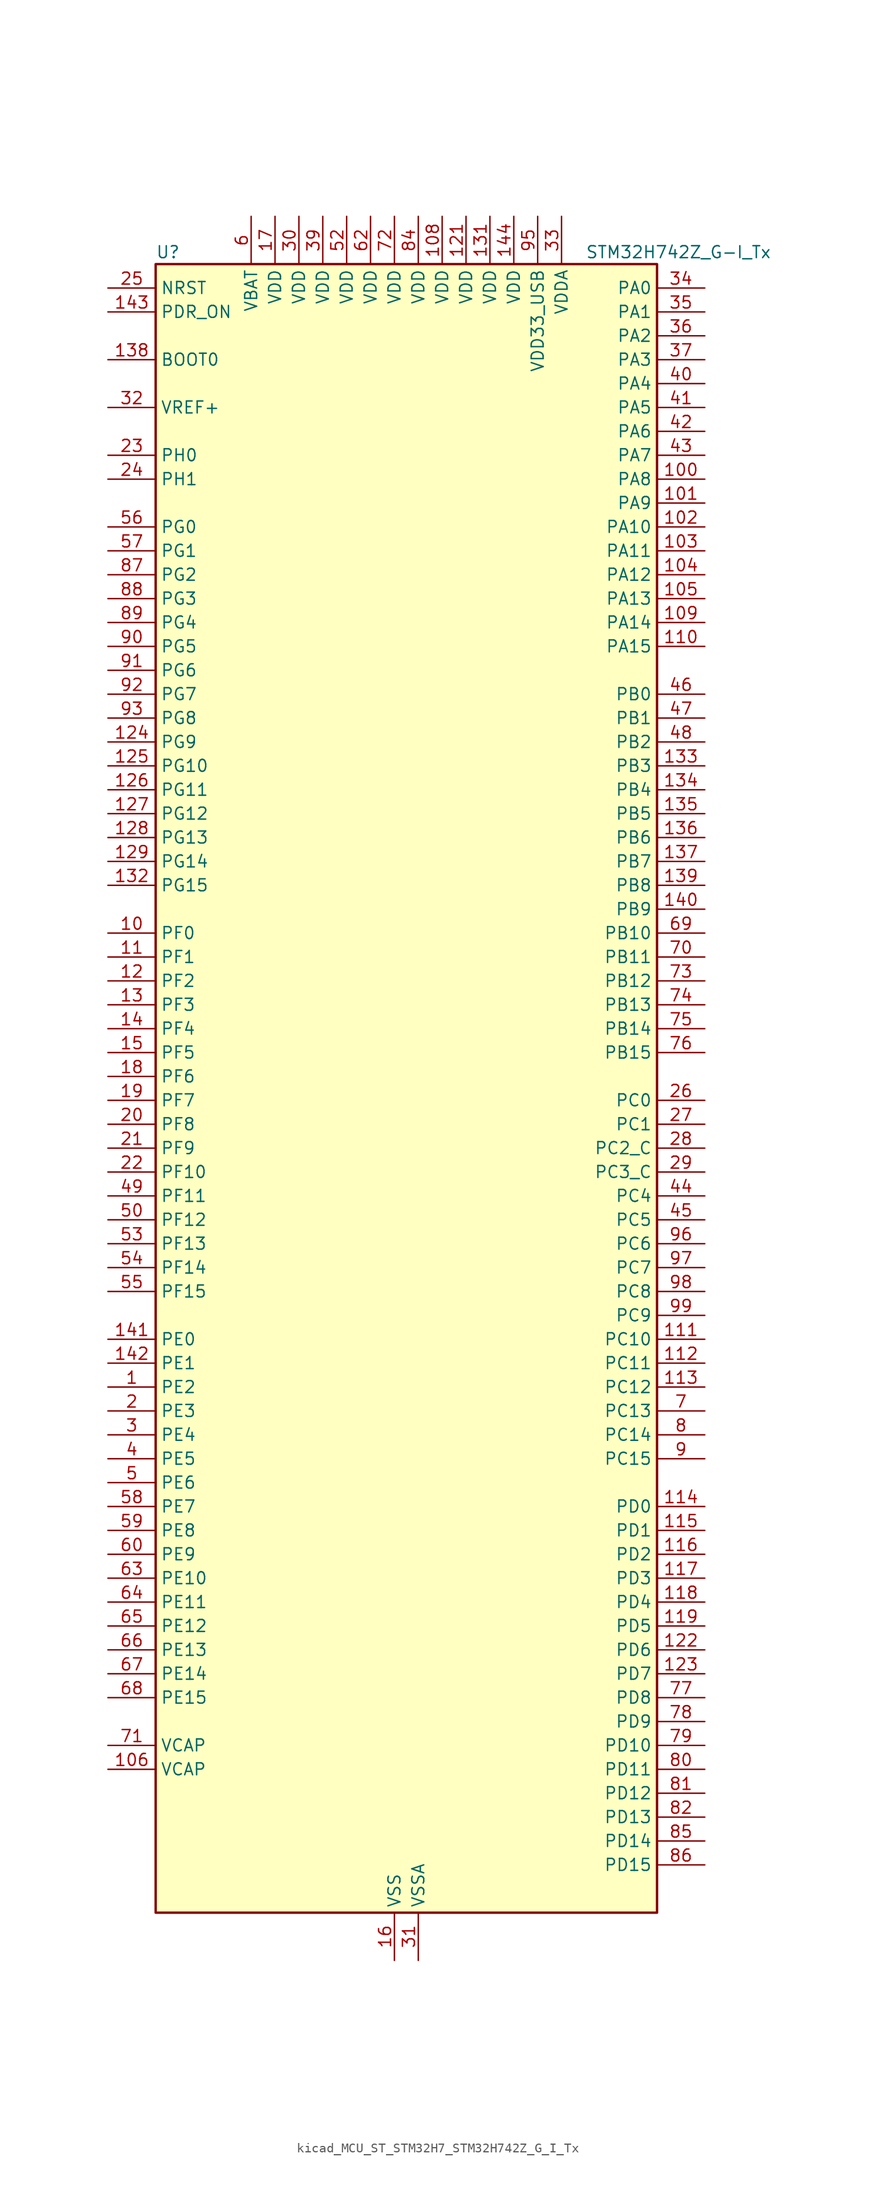
<source format=kicad_sym>
(kicad_symbol_lib
  (version 20220914)
  (generator kicad_symbol_editor)
  (symbol "kicad_MCU_ST_STM32H7_STM32H742Z_G_I_Tx"
    (property "Reference" "U"
      (at -25.4 90.17 0)
      (effects (font (size 1.27 1.27)) (justify left)))
    (property "Value" "STM32H742Z_G-I_Tx"
      (at 20.32 90.17 0)
      (effects (font (size 1.27 1.27)) (justify left)))
    (property "ki_locked" ""
      (at 0 0 0)
      (effects (font (size 1.27 1.27))))
    (symbol "kicad_MCU_ST_STM32H7_STM32H742Z_G_I_Tx_0_1"
      (rectangle (start -25.4 -86.36) (end 27.94 88.9) (stroke (width 0.254) (type default)) (fill (type background))))
    (symbol "kicad_MCU_ST_STM32H7_STM32H742Z_G_I_Tx_1_1"
      (pin bidirectional line (at -30.48 -30.48 0) (length 5.08) (name "PE2" (effects (font (size 1.27 1.27)))) (number "1" (effects (font (size 1.27 1.27)))) (alternate "DEBUG_TRACECLK" bidirectional line) (alternate "ETH_TXD3" bidirectional line) (alternate "FMC_A23" bidirectional line) (alternate "QUADSPI_BK1_IO2" bidirectional line) (alternate "SAI1_CK1" bidirectional line) (alternate "SAI1_MCLK_A" bidirectional line) (alternate "SAI4_CK1" bidirectional line) (alternate "SAI4_MCLK_A" bidirectional line) (alternate "SPI4_SCK" bidirectional line))
      (pin bidirectional line (at -30.48 17.78 0) (length 5.08) (name "PF0" (effects (font (size 1.27 1.27)))) (number "10" (effects (font (size 1.27 1.27)))) (alternate "FMC_A0" bidirectional line) (alternate "I2C2_SDA" bidirectional line))
      (pin bidirectional line (at 33.02 66.04 180) (length 5.08) (name "PA8" (effects (font (size 1.27 1.27)))) (number "100" (effects (font (size 1.27 1.27)))) (alternate "HRTIM_CHB2" bidirectional line) (alternate "I2C3_SCL" bidirectional line) (alternate "RCC_MCO_1" bidirectional line) (alternate "TIM1_CH1" bidirectional line) (alternate "TIM8_BKIN2" bidirectional line) (alternate "TIM8_BKIN2_COMP1" bidirectional line) (alternate "TIM8_BKIN2_COMP2" bidirectional line) (alternate "UART7_RX" bidirectional line) (alternate "USART1_CK" bidirectional line) (alternate "USB_OTG_FS_SOF" bidirectional line))
      (pin bidirectional line (at 33.02 63.5 180) (length 5.08) (name "PA9" (effects (font (size 1.27 1.27)))) (number "101" (effects (font (size 1.27 1.27)))) (alternate "DAC1_EXTI9" bidirectional line) (alternate "DCMI_D0" bidirectional line) (alternate "HRTIM_CHC1" bidirectional line) (alternate "I2C3_SMBA" bidirectional line) (alternate "I2S2_CK" bidirectional line) (alternate "LPUART1_TX" bidirectional line) (alternate "SPI2_SCK" bidirectional line) (alternate "TIM1_CH2" bidirectional line) (alternate "USART1_TX" bidirectional line) (alternate "USB_OTG_FS_VBUS" bidirectional line))
      (pin bidirectional line (at 33.02 60.96 180) (length 5.08) (name "PA10" (effects (font (size 1.27 1.27)))) (number "102" (effects (font (size 1.27 1.27)))) (alternate "DCMI_D1" bidirectional line) (alternate "HRTIM_CHC2" bidirectional line) (alternate "LPUART1_RX" bidirectional line) (alternate "MDIOS_MDIO" bidirectional line) (alternate "TIM1_CH3" bidirectional line) (alternate "USART1_RX" bidirectional line) (alternate "USB_OTG_FS_ID" bidirectional line))
      (pin bidirectional line (at 33.02 58.42 180) (length 5.08) (name "PA11" (effects (font (size 1.27 1.27)))) (number "103" (effects (font (size 1.27 1.27)))) (alternate "ADC1_EXTI11" bidirectional line) (alternate "ADC2_EXTI11" bidirectional line) (alternate "ADC3_EXTI11" bidirectional line) (alternate "FDCAN1_RX" bidirectional line) (alternate "HRTIM_CHD1" bidirectional line) (alternate "I2S2_WS" bidirectional line) (alternate "LPUART1_CTS" bidirectional line) (alternate "SPI2_NSS" bidirectional line) (alternate "TIM1_CH4" bidirectional line) (alternate "UART4_RX" bidirectional line) (alternate "USART1_CTS" bidirectional line) (alternate "USART1_NSS" bidirectional line) (alternate "USB_OTG_FS_DM" bidirectional line))
      (pin bidirectional line (at 33.02 55.88 180) (length 5.08) (name "PA12" (effects (font (size 1.27 1.27)))) (number "104" (effects (font (size 1.27 1.27)))) (alternate "FDCAN1_TX" bidirectional line) (alternate "HRTIM_CHD2" bidirectional line) (alternate "I2S2_CK" bidirectional line) (alternate "LPUART1_DE" bidirectional line) (alternate "LPUART1_RTS" bidirectional line) (alternate "SAI2_FS_B" bidirectional line) (alternate "SPI2_SCK" bidirectional line) (alternate "TIM1_ETR" bidirectional line) (alternate "UART4_TX" bidirectional line) (alternate "USART1_DE" bidirectional line) (alternate "USART1_RTS" bidirectional line) (alternate "USB_OTG_FS_DP" bidirectional line))
      (pin bidirectional line (at 33.02 53.34 180) (length 5.08) (name "PA13" (effects (font (size 1.27 1.27)))) (number "105" (effects (font (size 1.27 1.27)))) (alternate "DEBUG_JTMS-SWDIO" bidirectional line))
      (pin power_out line (at -30.48 -71.12 0) (length 5.08) (name "VCAP" (effects (font (size 1.27 1.27)))) (number "106" (effects (font (size 1.27 1.27)))))
      (pin passive line (at 0 -91.44 90) (length 5.08) hide (name "VSS" (effects (font (size 1.27 1.27)))) (number "107" (effects (font (size 1.27 1.27)))))
      (pin power_in line (at 5.08 93.98 270) (length 5.08) (name "VDD" (effects (font (size 1.27 1.27)))) (number "108" (effects (font (size 1.27 1.27)))))
      (pin bidirectional line (at 33.02 50.8 180) (length 5.08) (name "PA14" (effects (font (size 1.27 1.27)))) (number "109" (effects (font (size 1.27 1.27)))) (alternate "DEBUG_JTCK-SWCLK" bidirectional line))
      (pin bidirectional line (at -30.48 15.24 0) (length 5.08) (name "PF1" (effects (font (size 1.27 1.27)))) (number "11" (effects (font (size 1.27 1.27)))) (alternate "FMC_A1" bidirectional line) (alternate "I2C2_SCL" bidirectional line))
      (pin bidirectional line (at 33.02 48.26 180) (length 5.08) (name "PA15" (effects (font (size 1.27 1.27)))) (number "110" (effects (font (size 1.27 1.27)))) (alternate "ADC1_EXTI15" bidirectional line) (alternate "ADC2_EXTI15" bidirectional line) (alternate "ADC3_EXTI15" bidirectional line) (alternate "CEC" bidirectional line) (alternate "DEBUG_JTDI" bidirectional line) (alternate "HRTIM_FLT1" bidirectional line) (alternate "I2S1_WS" bidirectional line) (alternate "I2S3_WS" bidirectional line) (alternate "SPI1_NSS" bidirectional line) (alternate "SPI3_NSS" bidirectional line) (alternate "SPI6_NSS" bidirectional line) (alternate "TIM2_CH1" bidirectional line) (alternate "TIM2_ETR" bidirectional line) (alternate "UART4_DE" bidirectional line) (alternate "UART4_RTS" bidirectional line) (alternate "UART7_TX" bidirectional line))
      (pin bidirectional line (at 33.02 -25.4 180) (length 5.08) (name "PC10" (effects (font (size 1.27 1.27)))) (number "111" (effects (font (size 1.27 1.27)))) (alternate "DCMI_D8" bidirectional line) (alternate "DFSDM1_CKIN5" bidirectional line) (alternate "HRTIM_EEV1" bidirectional line) (alternate "I2S3_CK" bidirectional line) (alternate "QUADSPI_BK1_IO1" bidirectional line) (alternate "SDMMC1_D2" bidirectional line) (alternate "SPI3_SCK" bidirectional line) (alternate "UART4_TX" bidirectional line) (alternate "USART3_TX" bidirectional line))
      (pin bidirectional line (at 33.02 -27.94 180) (length 5.08) (name "PC11" (effects (font (size 1.27 1.27)))) (number "112" (effects (font (size 1.27 1.27)))) (alternate "ADC1_EXTI11" bidirectional line) (alternate "ADC2_EXTI11" bidirectional line) (alternate "ADC3_EXTI11" bidirectional line) (alternate "DCMI_D4" bidirectional line) (alternate "DFSDM1_DATIN5" bidirectional line) (alternate "HRTIM_FLT2" bidirectional line) (alternate "I2S3_SDI" bidirectional line) (alternate "QUADSPI_BK2_NCS" bidirectional line) (alternate "SDMMC1_D3" bidirectional line) (alternate "SPI3_MISO" bidirectional line) (alternate "UART4_RX" bidirectional line) (alternate "USART3_RX" bidirectional line))
      (pin bidirectional line (at 33.02 -30.48 180) (length 5.08) (name "PC12" (effects (font (size 1.27 1.27)))) (number "113" (effects (font (size 1.27 1.27)))) (alternate "DCMI_D9" bidirectional line) (alternate "DEBUG_TRACED3" bidirectional line) (alternate "HRTIM_EEV2" bidirectional line) (alternate "I2S3_SDO" bidirectional line) (alternate "SDMMC1_CK" bidirectional line) (alternate "SPI3_MOSI" bidirectional line) (alternate "UART5_TX" bidirectional line) (alternate "USART3_CK" bidirectional line))
      (pin bidirectional line (at 33.02 -43.18 180) (length 5.08) (name "PD0" (effects (font (size 1.27 1.27)))) (number "114" (effects (font (size 1.27 1.27)))) (alternate "DFSDM1_CKIN6" bidirectional line) (alternate "FDCAN1_RX" bidirectional line) (alternate "FMC_D2" bidirectional line) (alternate "FMC_DA2" bidirectional line) (alternate "SAI3_SCK_A" bidirectional line) (alternate "UART4_RX" bidirectional line))
      (pin bidirectional line (at 33.02 -45.72 180) (length 5.08) (name "PD1" (effects (font (size 1.27 1.27)))) (number "115" (effects (font (size 1.27 1.27)))) (alternate "DFSDM1_DATIN6" bidirectional line) (alternate "FDCAN1_TX" bidirectional line) (alternate "FMC_D3" bidirectional line) (alternate "FMC_DA3" bidirectional line) (alternate "SAI3_SD_A" bidirectional line) (alternate "UART4_TX" bidirectional line))
      (pin bidirectional line (at 33.02 -48.26 180) (length 5.08) (name "PD2" (effects (font (size 1.27 1.27)))) (number "116" (effects (font (size 1.27 1.27)))) (alternate "DCMI_D11" bidirectional line) (alternate "DEBUG_TRACED2" bidirectional line) (alternate "SDMMC1_CMD" bidirectional line) (alternate "TIM3_ETR" bidirectional line) (alternate "UART5_RX" bidirectional line))
      (pin bidirectional line (at 33.02 -50.8 180) (length 5.08) (name "PD3" (effects (font (size 1.27 1.27)))) (number "117" (effects (font (size 1.27 1.27)))) (alternate "DCMI_D5" bidirectional line) (alternate "DFSDM1_CKOUT" bidirectional line) (alternate "FMC_CLK" bidirectional line) (alternate "I2S2_CK" bidirectional line) (alternate "SPI2_SCK" bidirectional line) (alternate "USART2_CTS" bidirectional line) (alternate "USART2_NSS" bidirectional line))
      (pin bidirectional line (at 33.02 -53.34 180) (length 5.08) (name "PD4" (effects (font (size 1.27 1.27)))) (number "118" (effects (font (size 1.27 1.27)))) (alternate "FMC_NOE" bidirectional line) (alternate "HRTIM_FLT3" bidirectional line) (alternate "SAI3_FS_A" bidirectional line) (alternate "USART2_DE" bidirectional line) (alternate "USART2_RTS" bidirectional line))
      (pin bidirectional line (at 33.02 -55.88 180) (length 5.08) (name "PD5" (effects (font (size 1.27 1.27)))) (number "119" (effects (font (size 1.27 1.27)))) (alternate "FMC_NWE" bidirectional line) (alternate "HRTIM_EEV3" bidirectional line) (alternate "USART2_TX" bidirectional line))
      (pin bidirectional line (at -30.48 12.7 0) (length 5.08) (name "PF2" (effects (font (size 1.27 1.27)))) (number "12" (effects (font (size 1.27 1.27)))) (alternate "FMC_A2" bidirectional line) (alternate "I2C2_SMBA" bidirectional line))
      (pin passive line (at 0 -91.44 90) (length 5.08) hide (name "VSS" (effects (font (size 1.27 1.27)))) (number "120" (effects (font (size 1.27 1.27)))))
      (pin power_in line (at 7.62 93.98 270) (length 5.08) (name "VDD" (effects (font (size 1.27 1.27)))) (number "121" (effects (font (size 1.27 1.27)))))
      (pin bidirectional line (at 33.02 -58.42 180) (length 5.08) (name "PD6" (effects (font (size 1.27 1.27)))) (number "122" (effects (font (size 1.27 1.27)))) (alternate "DCMI_D10" bidirectional line) (alternate "DFSDM1_CKIN4" bidirectional line) (alternate "DFSDM1_DATIN1" bidirectional line) (alternate "FMC_NWAIT" bidirectional line) (alternate "I2S3_SDO" bidirectional line) (alternate "SAI1_D1" bidirectional line) (alternate "SAI1_SD_A" bidirectional line) (alternate "SAI4_D1" bidirectional line) (alternate "SAI4_SD_A" bidirectional line) (alternate "SDMMC2_CK" bidirectional line) (alternate "SPI3_MOSI" bidirectional line) (alternate "USART2_RX" bidirectional line))
      (pin bidirectional line (at 33.02 -60.96 180) (length 5.08) (name "PD7" (effects (font (size 1.27 1.27)))) (number "123" (effects (font (size 1.27 1.27)))) (alternate "DFSDM1_CKIN1" bidirectional line) (alternate "DFSDM1_DATIN4" bidirectional line) (alternate "FMC_NE1" bidirectional line) (alternate "I2S1_SDO" bidirectional line) (alternate "SDMMC2_CMD" bidirectional line) (alternate "SPDIFRX1_IN0" bidirectional line) (alternate "SPI1_MOSI" bidirectional line) (alternate "USART2_CK" bidirectional line))
      (pin bidirectional line (at -30.48 38.1 0) (length 5.08) (name "PG9" (effects (font (size 1.27 1.27)))) (number "124" (effects (font (size 1.27 1.27)))) (alternate "DAC1_EXTI9" bidirectional line) (alternate "DCMI_VSYNC" bidirectional line) (alternate "FMC_NCE" bidirectional line) (alternate "FMC_NE2" bidirectional line) (alternate "I2S1_SDI" bidirectional line) (alternate "QUADSPI_BK2_IO2" bidirectional line) (alternate "SAI2_FS_B" bidirectional line) (alternate "SPDIFRX1_IN3" bidirectional line) (alternate "SPI1_MISO" bidirectional line) (alternate "USART6_RX" bidirectional line))
      (pin bidirectional line (at -30.48 35.56 0) (length 5.08) (name "PG10" (effects (font (size 1.27 1.27)))) (number "125" (effects (font (size 1.27 1.27)))) (alternate "DCMI_D2" bidirectional line) (alternate "FMC_NE3" bidirectional line) (alternate "HRTIM_FLT5" bidirectional line) (alternate "I2S1_WS" bidirectional line) (alternate "SAI2_SD_B" bidirectional line) (alternate "SPI1_NSS" bidirectional line))
      (pin bidirectional line (at -30.48 33.02 0) (length 5.08) (name "PG11" (effects (font (size 1.27 1.27)))) (number "126" (effects (font (size 1.27 1.27)))) (alternate "ADC1_EXTI11" bidirectional line) (alternate "ADC2_EXTI11" bidirectional line) (alternate "ADC3_EXTI11" bidirectional line) (alternate "DCMI_D3" bidirectional line) (alternate "ETH_TX_EN" bidirectional line) (alternate "HRTIM_EEV4" bidirectional line) (alternate "I2S1_CK" bidirectional line) (alternate "LPTIM1_IN2" bidirectional line) (alternate "SDMMC2_D2" bidirectional line) (alternate "SPDIFRX1_IN0" bidirectional line) (alternate "SPI1_SCK" bidirectional line))
      (pin bidirectional line (at -30.48 30.48 0) (length 5.08) (name "PG12" (effects (font (size 1.27 1.27)))) (number "127" (effects (font (size 1.27 1.27)))) (alternate "ETH_TXD1" bidirectional line) (alternate "FMC_NE4" bidirectional line) (alternate "HRTIM_EEV5" bidirectional line) (alternate "LPTIM1_IN1" bidirectional line) (alternate "SPDIFRX1_IN1" bidirectional line) (alternate "SPI6_MISO" bidirectional line) (alternate "USART6_DE" bidirectional line) (alternate "USART6_RTS" bidirectional line))
      (pin bidirectional line (at -30.48 27.94 0) (length 5.08) (name "PG13" (effects (font (size 1.27 1.27)))) (number "128" (effects (font (size 1.27 1.27)))) (alternate "DEBUG_TRACED0" bidirectional line) (alternate "ETH_TXD0" bidirectional line) (alternate "FMC_A24" bidirectional line) (alternate "HRTIM_EEV10" bidirectional line) (alternate "LPTIM1_OUT" bidirectional line) (alternate "SPI6_SCK" bidirectional line) (alternate "USART6_CTS" bidirectional line) (alternate "USART6_NSS" bidirectional line))
      (pin bidirectional line (at -30.48 25.4 0) (length 5.08) (name "PG14" (effects (font (size 1.27 1.27)))) (number "129" (effects (font (size 1.27 1.27)))) (alternate "DEBUG_TRACED1" bidirectional line) (alternate "ETH_TXD1" bidirectional line) (alternate "FMC_A25" bidirectional line) (alternate "LPTIM1_ETR" bidirectional line) (alternate "QUADSPI_BK2_IO3" bidirectional line) (alternate "SPI6_MOSI" bidirectional line) (alternate "USART6_TX" bidirectional line))
      (pin bidirectional line (at -30.48 10.16 0) (length 5.08) (name "PF3" (effects (font (size 1.27 1.27)))) (number "13" (effects (font (size 1.27 1.27)))) (alternate "ADC3_INP5" bidirectional line) (alternate "FMC_A3" bidirectional line))
      (pin passive line (at 0 -91.44 90) (length 5.08) hide (name "VSS" (effects (font (size 1.27 1.27)))) (number "130" (effects (font (size 1.27 1.27)))))
      (pin power_in line (at 10.16 93.98 270) (length 5.08) (name "VDD" (effects (font (size 1.27 1.27)))) (number "131" (effects (font (size 1.27 1.27)))))
      (pin bidirectional line (at -30.48 22.86 0) (length 5.08) (name "PG15" (effects (font (size 1.27 1.27)))) (number "132" (effects (font (size 1.27 1.27)))) (alternate "ADC1_EXTI15" bidirectional line) (alternate "ADC2_EXTI15" bidirectional line) (alternate "ADC3_EXTI15" bidirectional line) (alternate "DCMI_D13" bidirectional line) (alternate "FMC_SDNCAS" bidirectional line) (alternate "USART6_CTS" bidirectional line) (alternate "USART6_NSS" bidirectional line))
      (pin bidirectional line (at 33.02 35.56 180) (length 5.08) (name "PB3" (effects (font (size 1.27 1.27)))) (number "133" (effects (font (size 1.27 1.27)))) (alternate "CRS_SYNC" bidirectional line) (alternate "DEBUG_JTDO-SWO" bidirectional line) (alternate "HRTIM_FLT4" bidirectional line) (alternate "I2S1_CK" bidirectional line) (alternate "I2S3_CK" bidirectional line) (alternate "SDMMC2_D2" bidirectional line) (alternate "SPI1_SCK" bidirectional line) (alternate "SPI3_SCK" bidirectional line) (alternate "SPI6_SCK" bidirectional line) (alternate "TIM2_CH2" bidirectional line) (alternate "UART7_RX" bidirectional line))
      (pin bidirectional line (at 33.02 33.02 180) (length 5.08) (name "PB4" (effects (font (size 1.27 1.27)))) (number "134" (effects (font (size 1.27 1.27)))) (alternate "DEBUG_JTRST" bidirectional line) (alternate "HRTIM_EEV6" bidirectional line) (alternate "I2S1_SDI" bidirectional line) (alternate "I2S2_WS" bidirectional line) (alternate "I2S3_SDI" bidirectional line) (alternate "SDMMC2_D3" bidirectional line) (alternate "SPI1_MISO" bidirectional line) (alternate "SPI2_NSS" bidirectional line) (alternate "SPI3_MISO" bidirectional line) (alternate "SPI6_MISO" bidirectional line) (alternate "TIM16_BKIN" bidirectional line) (alternate "TIM3_CH1" bidirectional line) (alternate "UART7_TX" bidirectional line))
      (pin bidirectional line (at 33.02 30.48 180) (length 5.08) (name "PB5" (effects (font (size 1.27 1.27)))) (number "135" (effects (font (size 1.27 1.27)))) (alternate "DCMI_D10" bidirectional line) (alternate "ETH_PPS_OUT" bidirectional line) (alternate "FDCAN2_RX" bidirectional line) (alternate "FMC_SDCKE1" bidirectional line) (alternate "HRTIM_EEV7" bidirectional line) (alternate "I2C1_SMBA" bidirectional line) (alternate "I2C4_SMBA" bidirectional line) (alternate "I2S1_SDO" bidirectional line) (alternate "I2S3_SDO" bidirectional line) (alternate "SPI1_MOSI" bidirectional line) (alternate "SPI3_MOSI" bidirectional line) (alternate "SPI6_MOSI" bidirectional line) (alternate "TIM17_BKIN" bidirectional line) (alternate "TIM3_CH2" bidirectional line) (alternate "UART5_RX" bidirectional line) (alternate "USB_OTG_HS_ULPI_D7" bidirectional line))
      (pin bidirectional line (at 33.02 27.94 180) (length 5.08) (name "PB6" (effects (font (size 1.27 1.27)))) (number "136" (effects (font (size 1.27 1.27)))) (alternate "CEC" bidirectional line) (alternate "DCMI_D5" bidirectional line) (alternate "DFSDM1_DATIN5" bidirectional line) (alternate "FDCAN2_TX" bidirectional line) (alternate "FMC_SDNE1" bidirectional line) (alternate "HRTIM_EEV8" bidirectional line) (alternate "I2C1_SCL" bidirectional line) (alternate "I2C4_SCL" bidirectional line) (alternate "LPUART1_TX" bidirectional line) (alternate "QUADSPI_BK1_NCS" bidirectional line) (alternate "TIM16_CH1N" bidirectional line) (alternate "TIM4_CH1" bidirectional line) (alternate "UART5_TX" bidirectional line) (alternate "USART1_TX" bidirectional line))
      (pin bidirectional line (at 33.02 25.4 180) (length 5.08) (name "PB7" (effects (font (size 1.27 1.27)))) (number "137" (effects (font (size 1.27 1.27)))) (alternate "DCMI_VSYNC" bidirectional line) (alternate "DFSDM1_CKIN5" bidirectional line) (alternate "FMC_NL" bidirectional line) (alternate "HRTIM_EEV9" bidirectional line) (alternate "I2C1_SDA" bidirectional line) (alternate "I2C4_SDA" bidirectional line) (alternate "LPUART1_RX" bidirectional line) (alternate "PWR_PVD_IN" bidirectional line) (alternate "TIM17_CH1N" bidirectional line) (alternate "TIM4_CH2" bidirectional line) (alternate "USART1_RX" bidirectional line))
      (pin input line (at -30.48 78.74 0) (length 5.08) (name "BOOT0" (effects (font (size 1.27 1.27)))) (number "138" (effects (font (size 1.27 1.27)))))
      (pin bidirectional line (at 33.02 22.86 180) (length 5.08) (name "PB8" (effects (font (size 1.27 1.27)))) (number "139" (effects (font (size 1.27 1.27)))) (alternate "DCMI_D6" bidirectional line) (alternate "DFSDM1_CKIN7" bidirectional line) (alternate "ETH_TXD3" bidirectional line) (alternate "FDCAN1_RX" bidirectional line) (alternate "I2C1_SCL" bidirectional line) (alternate "I2C4_SCL" bidirectional line) (alternate "SDMMC1_CKIN" bidirectional line) (alternate "SDMMC1_D4" bidirectional line) (alternate "SDMMC2_D4" bidirectional line) (alternate "TIM16_CH1" bidirectional line) (alternate "TIM4_CH3" bidirectional line) (alternate "UART4_RX" bidirectional line))
      (pin bidirectional line (at -30.48 7.62 0) (length 5.08) (name "PF4" (effects (font (size 1.27 1.27)))) (number "14" (effects (font (size 1.27 1.27)))) (alternate "ADC3_INN5" bidirectional line) (alternate "ADC3_INP9" bidirectional line) (alternate "FMC_A4" bidirectional line))
      (pin bidirectional line (at 33.02 20.32 180) (length 5.08) (name "PB9" (effects (font (size 1.27 1.27)))) (number "140" (effects (font (size 1.27 1.27)))) (alternate "DAC1_EXTI9" bidirectional line) (alternate "DCMI_D7" bidirectional line) (alternate "DFSDM1_DATIN7" bidirectional line) (alternate "FDCAN1_TX" bidirectional line) (alternate "I2C1_SDA" bidirectional line) (alternate "I2C4_SDA" bidirectional line) (alternate "I2C4_SMBA" bidirectional line) (alternate "I2S2_WS" bidirectional line) (alternate "SDMMC1_CDIR" bidirectional line) (alternate "SDMMC1_D5" bidirectional line) (alternate "SDMMC2_D5" bidirectional line) (alternate "SPI2_NSS" bidirectional line) (alternate "TIM17_CH1" bidirectional line) (alternate "TIM4_CH4" bidirectional line) (alternate "UART4_TX" bidirectional line))
      (pin bidirectional line (at -30.48 -25.4 0) (length 5.08) (name "PE0" (effects (font (size 1.27 1.27)))) (number "141" (effects (font (size 1.27 1.27)))) (alternate "DCMI_D2" bidirectional line) (alternate "FMC_NBL0" bidirectional line) (alternate "HRTIM_SCIN" bidirectional line) (alternate "LPTIM1_ETR" bidirectional line) (alternate "LPTIM2_ETR" bidirectional line) (alternate "SAI2_MCLK_A" bidirectional line) (alternate "TIM4_ETR" bidirectional line) (alternate "UART8_RX" bidirectional line))
      (pin bidirectional line (at -30.48 -27.94 0) (length 5.08) (name "PE1" (effects (font (size 1.27 1.27)))) (number "142" (effects (font (size 1.27 1.27)))) (alternate "DCMI_D3" bidirectional line) (alternate "FMC_NBL1" bidirectional line) (alternate "HRTIM_SCOUT" bidirectional line) (alternate "LPTIM1_IN2" bidirectional line) (alternate "UART8_TX" bidirectional line))
      (pin input line (at -30.48 83.82 0) (length 5.08) (name "PDR_ON" (effects (font (size 1.27 1.27)))) (number "143" (effects (font (size 1.27 1.27)))))
      (pin power_in line (at 12.7 93.98 270) (length 5.08) (name "VDD" (effects (font (size 1.27 1.27)))) (number "144" (effects (font (size 1.27 1.27)))))
      (pin bidirectional line (at -30.48 5.08 0) (length 5.08) (name "PF5" (effects (font (size 1.27 1.27)))) (number "15" (effects (font (size 1.27 1.27)))) (alternate "ADC3_INP4" bidirectional line) (alternate "FMC_A5" bidirectional line))
      (pin power_in line (at 0 -91.44 90) (length 5.08) (name "VSS" (effects (font (size 1.27 1.27)))) (number "16" (effects (font (size 1.27 1.27)))))
      (pin power_in line (at -12.7 93.98 270) (length 5.08) (name "VDD" (effects (font (size 1.27 1.27)))) (number "17" (effects (font (size 1.27 1.27)))))
      (pin bidirectional line (at -30.48 2.54 0) (length 5.08) (name "PF6" (effects (font (size 1.27 1.27)))) (number "18" (effects (font (size 1.27 1.27)))) (alternate "ADC3_INN4" bidirectional line) (alternate "ADC3_INP8" bidirectional line) (alternate "QUADSPI_BK1_IO3" bidirectional line) (alternate "SAI1_SD_B" bidirectional line) (alternate "SAI4_SD_B" bidirectional line) (alternate "SPI5_NSS" bidirectional line) (alternate "TIM16_CH1" bidirectional line) (alternate "UART7_RX" bidirectional line))
      (pin bidirectional line (at -30.48 0 0) (length 5.08) (name "PF7" (effects (font (size 1.27 1.27)))) (number "19" (effects (font (size 1.27 1.27)))) (alternate "ADC3_INP3" bidirectional line) (alternate "QUADSPI_BK1_IO2" bidirectional line) (alternate "SAI1_MCLK_B" bidirectional line) (alternate "SAI4_MCLK_B" bidirectional line) (alternate "SPI5_SCK" bidirectional line) (alternate "TIM17_CH1" bidirectional line) (alternate "UART7_TX" bidirectional line))
      (pin bidirectional line (at -30.48 -33.02 0) (length 5.08) (name "PE3" (effects (font (size 1.27 1.27)))) (number "2" (effects (font (size 1.27 1.27)))) (alternate "DEBUG_TRACED0" bidirectional line) (alternate "FMC_A19" bidirectional line) (alternate "SAI1_SD_B" bidirectional line) (alternate "SAI4_SD_B" bidirectional line) (alternate "TIM15_BKIN" bidirectional line))
      (pin bidirectional line (at -30.48 -2.54 0) (length 5.08) (name "PF8" (effects (font (size 1.27 1.27)))) (number "20" (effects (font (size 1.27 1.27)))) (alternate "ADC3_INN3" bidirectional line) (alternate "ADC3_INP7" bidirectional line) (alternate "QUADSPI_BK1_IO0" bidirectional line) (alternate "SAI1_SCK_B" bidirectional line) (alternate "SAI4_SCK_B" bidirectional line) (alternate "SPI5_MISO" bidirectional line) (alternate "TIM13_CH1" bidirectional line) (alternate "TIM16_CH1N" bidirectional line) (alternate "UART7_DE" bidirectional line) (alternate "UART7_RTS" bidirectional line))
      (pin bidirectional line (at -30.48 -5.08 0) (length 5.08) (name "PF9" (effects (font (size 1.27 1.27)))) (number "21" (effects (font (size 1.27 1.27)))) (alternate "ADC3_INP2" bidirectional line) (alternate "DAC1_EXTI9" bidirectional line) (alternate "QUADSPI_BK1_IO1" bidirectional line) (alternate "SAI1_FS_B" bidirectional line) (alternate "SAI4_FS_B" bidirectional line) (alternate "SPI5_MOSI" bidirectional line) (alternate "TIM14_CH1" bidirectional line) (alternate "TIM17_CH1N" bidirectional line) (alternate "UART7_CTS" bidirectional line))
      (pin bidirectional line (at -30.48 -7.62 0) (length 5.08) (name "PF10" (effects (font (size 1.27 1.27)))) (number "22" (effects (font (size 1.27 1.27)))) (alternate "ADC3_INN2" bidirectional line) (alternate "ADC3_INP6" bidirectional line) (alternate "DCMI_D11" bidirectional line) (alternate "QUADSPI_CLK" bidirectional line) (alternate "SAI1_D3" bidirectional line) (alternate "SAI4_D3" bidirectional line) (alternate "TIM16_BKIN" bidirectional line))
      (pin bidirectional line (at -30.48 68.58 0) (length 5.08) (name "PH0" (effects (font (size 1.27 1.27)))) (number "23" (effects (font (size 1.27 1.27)))) (alternate "RCC_OSC_IN" bidirectional line))
      (pin bidirectional line (at -30.48 66.04 0) (length 5.08) (name "PH1" (effects (font (size 1.27 1.27)))) (number "24" (effects (font (size 1.27 1.27)))) (alternate "RCC_OSC_OUT" bidirectional line))
      (pin input line (at -30.48 86.36 0) (length 5.08) (name "NRST" (effects (font (size 1.27 1.27)))) (number "25" (effects (font (size 1.27 1.27)))))
      (pin bidirectional line (at 33.02 0 180) (length 5.08) (name "PC0" (effects (font (size 1.27 1.27)))) (number "26" (effects (font (size 1.27 1.27)))) (alternate "ADC1_INP10" bidirectional line) (alternate "ADC2_INP10" bidirectional line) (alternate "ADC3_INP10" bidirectional line) (alternate "DFSDM1_CKIN0" bidirectional line) (alternate "DFSDM1_DATIN4" bidirectional line) (alternate "FMC_SDNWE" bidirectional line) (alternate "SAI2_FS_B" bidirectional line) (alternate "USB_OTG_HS_ULPI_STP" bidirectional line))
      (pin bidirectional line (at 33.02 -2.54 180) (length 5.08) (name "PC1" (effects (font (size 1.27 1.27)))) (number "27" (effects (font (size 1.27 1.27)))) (alternate "ADC1_INN10" bidirectional line) (alternate "ADC1_INP11" bidirectional line) (alternate "ADC2_INN10" bidirectional line) (alternate "ADC2_INP11" bidirectional line) (alternate "ADC3_INN10" bidirectional line) (alternate "ADC3_INP11" bidirectional line) (alternate "DEBUG_TRACED0" bidirectional line) (alternate "DFSDM1_CKIN4" bidirectional line) (alternate "DFSDM1_DATIN0" bidirectional line) (alternate "ETH_MDC" bidirectional line) (alternate "I2S2_SDO" bidirectional line) (alternate "MDIOS_MDC" bidirectional line) (alternate "PWR_WKUP5" bidirectional line) (alternate "RTC_TAMP3" bidirectional line) (alternate "SAI1_D1" bidirectional line) (alternate "SAI1_SD_A" bidirectional line) (alternate "SAI4_D1" bidirectional line) (alternate "SAI4_SD_A" bidirectional line) (alternate "SDMMC2_CK" bidirectional line) (alternate "SPI2_MOSI" bidirectional line))
      (pin bidirectional line (at 33.02 -5.08 180) (length 5.08) (name "PC2_C" (effects (font (size 1.27 1.27)))) (number "28" (effects (font (size 1.27 1.27)))) (alternate "ADC3_INN1" bidirectional line) (alternate "ADC3_INP0" bidirectional line) (alternate "DFSDM1_CKIN1" bidirectional line) (alternate "DFSDM1_CKOUT" bidirectional line) (alternate "ETH_TXD2" bidirectional line) (alternate "FMC_SDNE0" bidirectional line) (alternate "I2S2_SDI" bidirectional line) (alternate "PWR_CSTOP" bidirectional line) (alternate "SPI2_MISO" bidirectional line) (alternate "USB_OTG_HS_ULPI_DIR" bidirectional line))
      (pin bidirectional line (at 33.02 -7.62 180) (length 5.08) (name "PC3_C" (effects (font (size 1.27 1.27)))) (number "29" (effects (font (size 1.27 1.27)))) (alternate "ADC3_INP1" bidirectional line) (alternate "DFSDM1_DATIN1" bidirectional line) (alternate "ETH_TX_CLK" bidirectional line) (alternate "FMC_SDCKE0" bidirectional line) (alternate "I2S2_SDO" bidirectional line) (alternate "PWR_CSLEEP" bidirectional line) (alternate "SPI2_MOSI" bidirectional line) (alternate "USB_OTG_HS_ULPI_NXT" bidirectional line))
      (pin bidirectional line (at -30.48 -35.56 0) (length 5.08) (name "PE4" (effects (font (size 1.27 1.27)))) (number "3" (effects (font (size 1.27 1.27)))) (alternate "DCMI_D4" bidirectional line) (alternate "DEBUG_TRACED1" bidirectional line) (alternate "DFSDM1_DATIN3" bidirectional line) (alternate "FMC_A20" bidirectional line) (alternate "SAI1_D2" bidirectional line) (alternate "SAI1_FS_A" bidirectional line) (alternate "SAI4_D2" bidirectional line) (alternate "SAI4_FS_A" bidirectional line) (alternate "SPI4_NSS" bidirectional line) (alternate "TIM15_CH1N" bidirectional line))
      (pin power_in line (at -10.16 93.98 270) (length 5.08) (name "VDD" (effects (font (size 1.27 1.27)))) (number "30" (effects (font (size 1.27 1.27)))))
      (pin power_in line (at 2.54 -91.44 90) (length 5.08) (name "VSSA" (effects (font (size 1.27 1.27)))) (number "31" (effects (font (size 1.27 1.27)))))
      (pin input line (at -30.48 73.66 0) (length 5.08) (name "VREF+" (effects (font (size 1.27 1.27)))) (number "32" (effects (font (size 1.27 1.27)))) (alternate "VREFBUF_OUT" bidirectional line))
      (pin power_in line (at 17.78 93.98 270) (length 5.08) (name "VDDA" (effects (font (size 1.27 1.27)))) (number "33" (effects (font (size 1.27 1.27)))))
      (pin bidirectional line (at 33.02 86.36 180) (length 5.08) (name "PA0" (effects (font (size 1.27 1.27)))) (number "34" (effects (font (size 1.27 1.27)))) (alternate "ADC1_INP16" bidirectional line) (alternate "ETH_CRS" bidirectional line) (alternate "PWR_WKUP0" bidirectional line) (alternate "SAI2_SD_B" bidirectional line) (alternate "SDMMC2_CMD" bidirectional line) (alternate "TIM15_BKIN" bidirectional line) (alternate "TIM2_CH1" bidirectional line) (alternate "TIM2_ETR" bidirectional line) (alternate "TIM5_CH1" bidirectional line) (alternate "TIM8_ETR" bidirectional line) (alternate "UART4_TX" bidirectional line) (alternate "USART2_CTS" bidirectional line) (alternate "USART2_NSS" bidirectional line))
      (pin bidirectional line (at 33.02 83.82 180) (length 5.08) (name "PA1" (effects (font (size 1.27 1.27)))) (number "35" (effects (font (size 1.27 1.27)))) (alternate "ADC1_INN16" bidirectional line) (alternate "ADC1_INP17" bidirectional line) (alternate "ETH_REF_CLK" bidirectional line) (alternate "ETH_RX_CLK" bidirectional line) (alternate "LPTIM3_OUT" bidirectional line) (alternate "QUADSPI_BK1_IO3" bidirectional line) (alternate "SAI2_MCLK_B" bidirectional line) (alternate "TIM15_CH1N" bidirectional line) (alternate "TIM2_CH2" bidirectional line) (alternate "TIM5_CH2" bidirectional line) (alternate "UART4_RX" bidirectional line) (alternate "USART2_DE" bidirectional line) (alternate "USART2_RTS" bidirectional line))
      (pin bidirectional line (at 33.02 81.28 180) (length 5.08) (name "PA2" (effects (font (size 1.27 1.27)))) (number "36" (effects (font (size 1.27 1.27)))) (alternate "ADC1_INP14" bidirectional line) (alternate "ADC2_INP14" bidirectional line) (alternate "ETH_MDIO" bidirectional line) (alternate "LPTIM4_OUT" bidirectional line) (alternate "MDIOS_MDIO" bidirectional line) (alternate "PWR_WKUP1" bidirectional line) (alternate "SAI2_SCK_B" bidirectional line) (alternate "TIM15_CH1" bidirectional line) (alternate "TIM2_CH3" bidirectional line) (alternate "TIM5_CH3" bidirectional line) (alternate "USART2_TX" bidirectional line))
      (pin bidirectional line (at 33.02 78.74 180) (length 5.08) (name "PA3" (effects (font (size 1.27 1.27)))) (number "37" (effects (font (size 1.27 1.27)))) (alternate "ADC1_INP15" bidirectional line) (alternate "ADC2_INP15" bidirectional line) (alternate "ETH_COL" bidirectional line) (alternate "LPTIM5_OUT" bidirectional line) (alternate "TIM15_CH2" bidirectional line) (alternate "TIM2_CH4" bidirectional line) (alternate "TIM5_CH4" bidirectional line) (alternate "USART2_RX" bidirectional line) (alternate "USB_OTG_HS_ULPI_D0" bidirectional line))
      (pin passive line (at 0 -91.44 90) (length 5.08) hide (name "VSS" (effects (font (size 1.27 1.27)))) (number "38" (effects (font (size 1.27 1.27)))))
      (pin power_in line (at -7.62 93.98 270) (length 5.08) (name "VDD" (effects (font (size 1.27 1.27)))) (number "39" (effects (font (size 1.27 1.27)))))
      (pin bidirectional line (at -30.48 -38.1 0) (length 5.08) (name "PE5" (effects (font (size 1.27 1.27)))) (number "4" (effects (font (size 1.27 1.27)))) (alternate "DCMI_D6" bidirectional line) (alternate "DEBUG_TRACED2" bidirectional line) (alternate "DFSDM1_CKIN3" bidirectional line) (alternate "FMC_A21" bidirectional line) (alternate "SAI1_CK2" bidirectional line) (alternate "SAI1_SCK_A" bidirectional line) (alternate "SAI4_CK2" bidirectional line) (alternate "SAI4_SCK_A" bidirectional line) (alternate "SPI4_MISO" bidirectional line) (alternate "TIM15_CH1" bidirectional line))
      (pin bidirectional line (at 33.02 76.2 180) (length 5.08) (name "PA4" (effects (font (size 1.27 1.27)))) (number "40" (effects (font (size 1.27 1.27)))) (alternate "ADC1_INP18" bidirectional line) (alternate "ADC2_INP18" bidirectional line) (alternate "DAC1_OUT1" bidirectional line) (alternate "DCMI_HSYNC" bidirectional line) (alternate "I2S1_WS" bidirectional line) (alternate "I2S3_WS" bidirectional line) (alternate "SPI1_NSS" bidirectional line) (alternate "SPI3_NSS" bidirectional line) (alternate "SPI6_NSS" bidirectional line) (alternate "TIM5_ETR" bidirectional line) (alternate "USART2_CK" bidirectional line) (alternate "USB_OTG_HS_SOF" bidirectional line))
      (pin bidirectional line (at 33.02 73.66 180) (length 5.08) (name "PA5" (effects (font (size 1.27 1.27)))) (number "41" (effects (font (size 1.27 1.27)))) (alternate "ADC1_INN18" bidirectional line) (alternate "ADC1_INP19" bidirectional line) (alternate "ADC2_INN18" bidirectional line) (alternate "ADC2_INP19" bidirectional line) (alternate "DAC1_OUT2" bidirectional line) (alternate "I2S1_CK" bidirectional line) (alternate "PWR_NDSTOP2" bidirectional line) (alternate "SPI1_SCK" bidirectional line) (alternate "SPI6_SCK" bidirectional line) (alternate "TIM2_CH1" bidirectional line) (alternate "TIM2_ETR" bidirectional line) (alternate "TIM8_CH1N" bidirectional line) (alternate "USB_OTG_HS_ULPI_CK" bidirectional line))
      (pin bidirectional line (at 33.02 71.12 180) (length 5.08) (name "PA6" (effects (font (size 1.27 1.27)))) (number "42" (effects (font (size 1.27 1.27)))) (alternate "ADC1_INP3" bidirectional line) (alternate "ADC2_INP3" bidirectional line) (alternate "DCMI_PIXCLK" bidirectional line) (alternate "I2S1_SDI" bidirectional line) (alternate "MDIOS_MDC" bidirectional line) (alternate "SPI1_MISO" bidirectional line) (alternate "SPI6_MISO" bidirectional line) (alternate "TIM13_CH1" bidirectional line) (alternate "TIM1_BKIN" bidirectional line) (alternate "TIM1_BKIN_COMP1" bidirectional line) (alternate "TIM1_BKIN_COMP2" bidirectional line) (alternate "TIM3_CH1" bidirectional line) (alternate "TIM8_BKIN" bidirectional line) (alternate "TIM8_BKIN_COMP1" bidirectional line) (alternate "TIM8_BKIN_COMP2" bidirectional line))
      (pin bidirectional line (at 33.02 68.58 180) (length 5.08) (name "PA7" (effects (font (size 1.27 1.27)))) (number "43" (effects (font (size 1.27 1.27)))) (alternate "ADC1_INN3" bidirectional line) (alternate "ADC1_INP7" bidirectional line) (alternate "ADC2_INN3" bidirectional line) (alternate "ADC2_INP7" bidirectional line) (alternate "ETH_CRS_DV" bidirectional line) (alternate "ETH_RX_DV" bidirectional line) (alternate "FMC_SDNWE" bidirectional line) (alternate "I2S1_SDO" bidirectional line) (alternate "OPAMP1_VINM" bidirectional line) (alternate "OPAMP1_VINM1" bidirectional line) (alternate "SPI1_MOSI" bidirectional line) (alternate "SPI6_MOSI" bidirectional line) (alternate "TIM14_CH1" bidirectional line) (alternate "TIM1_CH1N" bidirectional line) (alternate "TIM3_CH2" bidirectional line) (alternate "TIM8_CH1N" bidirectional line))
      (pin bidirectional line (at 33.02 -10.16 180) (length 5.08) (name "PC4" (effects (font (size 1.27 1.27)))) (number "44" (effects (font (size 1.27 1.27)))) (alternate "ADC1_INP4" bidirectional line) (alternate "ADC2_INP4" bidirectional line) (alternate "COMP1_INM" bidirectional line) (alternate "DFSDM1_CKIN2" bidirectional line) (alternate "ETH_RXD0" bidirectional line) (alternate "FMC_SDNE0" bidirectional line) (alternate "I2S1_MCK" bidirectional line) (alternate "OPAMP1_VOUT" bidirectional line) (alternate "SPDIFRX1_IN2" bidirectional line))
      (pin bidirectional line (at 33.02 -12.7 180) (length 5.08) (name "PC5" (effects (font (size 1.27 1.27)))) (number "45" (effects (font (size 1.27 1.27)))) (alternate "ADC1_INN4" bidirectional line) (alternate "ADC1_INP8" bidirectional line) (alternate "ADC2_INN4" bidirectional line) (alternate "ADC2_INP8" bidirectional line) (alternate "COMP1_OUT" bidirectional line) (alternate "DFSDM1_DATIN2" bidirectional line) (alternate "ETH_RXD1" bidirectional line) (alternate "FMC_SDCKE0" bidirectional line) (alternate "OPAMP1_VINM" bidirectional line) (alternate "OPAMP1_VINM0" bidirectional line) (alternate "SAI1_D3" bidirectional line) (alternate "SAI4_D3" bidirectional line) (alternate "SPDIFRX1_IN3" bidirectional line))
      (pin bidirectional line (at 33.02 43.18 180) (length 5.08) (name "PB0" (effects (font (size 1.27 1.27)))) (number "46" (effects (font (size 1.27 1.27)))) (alternate "ADC1_INN5" bidirectional line) (alternate "ADC1_INP9" bidirectional line) (alternate "ADC2_INN5" bidirectional line) (alternate "ADC2_INP9" bidirectional line) (alternate "COMP1_INP" bidirectional line) (alternate "DFSDM1_CKOUT" bidirectional line) (alternate "ETH_RXD2" bidirectional line) (alternate "OPAMP1_VINP" bidirectional line) (alternate "TIM1_CH2N" bidirectional line) (alternate "TIM3_CH3" bidirectional line) (alternate "TIM8_CH2N" bidirectional line) (alternate "UART4_CTS" bidirectional line) (alternate "USB_OTG_HS_ULPI_D1" bidirectional line))
      (pin bidirectional line (at 33.02 40.64 180) (length 5.08) (name "PB1" (effects (font (size 1.27 1.27)))) (number "47" (effects (font (size 1.27 1.27)))) (alternate "ADC1_INP5" bidirectional line) (alternate "ADC2_INP5" bidirectional line) (alternate "COMP1_INM" bidirectional line) (alternate "DFSDM1_DATIN1" bidirectional line) (alternate "ETH_RXD3" bidirectional line) (alternate "TIM1_CH3N" bidirectional line) (alternate "TIM3_CH4" bidirectional line) (alternate "TIM8_CH3N" bidirectional line) (alternate "USB_OTG_HS_ULPI_D2" bidirectional line))
      (pin bidirectional line (at 33.02 38.1 180) (length 5.08) (name "PB2" (effects (font (size 1.27 1.27)))) (number "48" (effects (font (size 1.27 1.27)))) (alternate "COMP1_INP" bidirectional line) (alternate "DFSDM1_CKIN1" bidirectional line) (alternate "I2S3_SDO" bidirectional line) (alternate "QUADSPI_CLK" bidirectional line) (alternate "RTC_OUT_ALARM" bidirectional line) (alternate "RTC_OUT_CALIB" bidirectional line) (alternate "SAI1_D1" bidirectional line) (alternate "SAI1_SD_A" bidirectional line) (alternate "SAI4_D1" bidirectional line) (alternate "SAI4_SD_A" bidirectional line) (alternate "SPI3_MOSI" bidirectional line))
      (pin bidirectional line (at -30.48 -10.16 0) (length 5.08) (name "PF11" (effects (font (size 1.27 1.27)))) (number "49" (effects (font (size 1.27 1.27)))) (alternate "ADC1_EXTI11" bidirectional line) (alternate "ADC1_INP2" bidirectional line) (alternate "ADC2_EXTI11" bidirectional line) (alternate "ADC3_EXTI11" bidirectional line) (alternate "DCMI_D12" bidirectional line) (alternate "FMC_SDNRAS" bidirectional line) (alternate "SAI2_SD_B" bidirectional line) (alternate "SPI5_MOSI" bidirectional line))
      (pin bidirectional line (at -30.48 -40.64 0) (length 5.08) (name "PE6" (effects (font (size 1.27 1.27)))) (number "5" (effects (font (size 1.27 1.27)))) (alternate "DCMI_D7" bidirectional line) (alternate "DEBUG_TRACED3" bidirectional line) (alternate "FMC_A22" bidirectional line) (alternate "SAI1_D1" bidirectional line) (alternate "SAI1_SD_A" bidirectional line) (alternate "SAI2_MCLK_B" bidirectional line) (alternate "SAI4_D1" bidirectional line) (alternate "SAI4_SD_A" bidirectional line) (alternate "SPI4_MOSI" bidirectional line) (alternate "TIM15_CH2" bidirectional line) (alternate "TIM1_BKIN2" bidirectional line) (alternate "TIM1_BKIN2_COMP1" bidirectional line) (alternate "TIM1_BKIN2_COMP2" bidirectional line))
      (pin bidirectional line (at -30.48 -12.7 0) (length 5.08) (name "PF12" (effects (font (size 1.27 1.27)))) (number "50" (effects (font (size 1.27 1.27)))) (alternate "ADC1_INN2" bidirectional line) (alternate "ADC1_INP6" bidirectional line) (alternate "FMC_A6" bidirectional line))
      (pin passive line (at 0 -91.44 90) (length 5.08) hide (name "VSS" (effects (font (size 1.27 1.27)))) (number "51" (effects (font (size 1.27 1.27)))))
      (pin power_in line (at -5.08 93.98 270) (length 5.08) (name "VDD" (effects (font (size 1.27 1.27)))) (number "52" (effects (font (size 1.27 1.27)))))
      (pin bidirectional line (at -30.48 -15.24 0) (length 5.08) (name "PF13" (effects (font (size 1.27 1.27)))) (number "53" (effects (font (size 1.27 1.27)))) (alternate "ADC2_INP2" bidirectional line) (alternate "DFSDM1_DATIN6" bidirectional line) (alternate "FMC_A7" bidirectional line) (alternate "I2C4_SMBA" bidirectional line))
      (pin bidirectional line (at -30.48 -17.78 0) (length 5.08) (name "PF14" (effects (font (size 1.27 1.27)))) (number "54" (effects (font (size 1.27 1.27)))) (alternate "ADC2_INN2" bidirectional line) (alternate "ADC2_INP6" bidirectional line) (alternate "DFSDM1_CKIN6" bidirectional line) (alternate "FMC_A8" bidirectional line) (alternate "I2C4_SCL" bidirectional line))
      (pin bidirectional line (at -30.48 -20.32 0) (length 5.08) (name "PF15" (effects (font (size 1.27 1.27)))) (number "55" (effects (font (size 1.27 1.27)))) (alternate "ADC1_EXTI15" bidirectional line) (alternate "ADC2_EXTI15" bidirectional line) (alternate "ADC3_EXTI15" bidirectional line) (alternate "FMC_A9" bidirectional line) (alternate "I2C4_SDA" bidirectional line))
      (pin bidirectional line (at -30.48 60.96 0) (length 5.08) (name "PG0" (effects (font (size 1.27 1.27)))) (number "56" (effects (font (size 1.27 1.27)))) (alternate "FMC_A10" bidirectional line))
      (pin bidirectional line (at -30.48 58.42 0) (length 5.08) (name "PG1" (effects (font (size 1.27 1.27)))) (number "57" (effects (font (size 1.27 1.27)))) (alternate "FMC_A11" bidirectional line) (alternate "OPAMP2_VINM" bidirectional line) (alternate "OPAMP2_VINM1" bidirectional line))
      (pin bidirectional line (at -30.48 -43.18 0) (length 5.08) (name "PE7" (effects (font (size 1.27 1.27)))) (number "58" (effects (font (size 1.27 1.27)))) (alternate "COMP2_INM" bidirectional line) (alternate "DFSDM1_DATIN2" bidirectional line) (alternate "FMC_D4" bidirectional line) (alternate "FMC_DA4" bidirectional line) (alternate "OPAMP2_VOUT" bidirectional line) (alternate "QUADSPI_BK2_IO0" bidirectional line) (alternate "TIM1_ETR" bidirectional line) (alternate "UART7_RX" bidirectional line))
      (pin bidirectional line (at -30.48 -45.72 0) (length 5.08) (name "PE8" (effects (font (size 1.27 1.27)))) (number "59" (effects (font (size 1.27 1.27)))) (alternate "COMP2_OUT" bidirectional line) (alternate "DFSDM1_CKIN2" bidirectional line) (alternate "FMC_D5" bidirectional line) (alternate "FMC_DA5" bidirectional line) (alternate "OPAMP2_VINM" bidirectional line) (alternate "OPAMP2_VINM0" bidirectional line) (alternate "QUADSPI_BK2_IO1" bidirectional line) (alternate "TIM1_CH1N" bidirectional line) (alternate "UART7_TX" bidirectional line))
      (pin power_in line (at -15.24 93.98 270) (length 5.08) (name "VBAT" (effects (font (size 1.27 1.27)))) (number "6" (effects (font (size 1.27 1.27)))))
      (pin bidirectional line (at -30.48 -48.26 0) (length 5.08) (name "PE9" (effects (font (size 1.27 1.27)))) (number "60" (effects (font (size 1.27 1.27)))) (alternate "COMP2_INP" bidirectional line) (alternate "DAC1_EXTI9" bidirectional line) (alternate "DFSDM1_CKOUT" bidirectional line) (alternate "FMC_D6" bidirectional line) (alternate "FMC_DA6" bidirectional line) (alternate "OPAMP2_VINP" bidirectional line) (alternate "QUADSPI_BK2_IO2" bidirectional line) (alternate "TIM1_CH1" bidirectional line) (alternate "UART7_DE" bidirectional line) (alternate "UART7_RTS" bidirectional line))
      (pin passive line (at 0 -91.44 90) (length 5.08) hide (name "VSS" (effects (font (size 1.27 1.27)))) (number "61" (effects (font (size 1.27 1.27)))))
      (pin power_in line (at -2.54 93.98 270) (length 5.08) (name "VDD" (effects (font (size 1.27 1.27)))) (number "62" (effects (font (size 1.27 1.27)))))
      (pin bidirectional line (at -30.48 -50.8 0) (length 5.08) (name "PE10" (effects (font (size 1.27 1.27)))) (number "63" (effects (font (size 1.27 1.27)))) (alternate "COMP2_INM" bidirectional line) (alternate "DFSDM1_DATIN4" bidirectional line) (alternate "FMC_D7" bidirectional line) (alternate "FMC_DA7" bidirectional line) (alternate "QUADSPI_BK2_IO3" bidirectional line) (alternate "TIM1_CH2N" bidirectional line) (alternate "UART7_CTS" bidirectional line))
      (pin bidirectional line (at -30.48 -53.34 0) (length 5.08) (name "PE11" (effects (font (size 1.27 1.27)))) (number "64" (effects (font (size 1.27 1.27)))) (alternate "ADC1_EXTI11" bidirectional line) (alternate "ADC2_EXTI11" bidirectional line) (alternate "ADC3_EXTI11" bidirectional line) (alternate "COMP2_INP" bidirectional line) (alternate "DFSDM1_CKIN4" bidirectional line) (alternate "FMC_D8" bidirectional line) (alternate "FMC_DA8" bidirectional line) (alternate "SAI2_SD_B" bidirectional line) (alternate "SPI4_NSS" bidirectional line) (alternate "TIM1_CH2" bidirectional line))
      (pin bidirectional line (at -30.48 -55.88 0) (length 5.08) (name "PE12" (effects (font (size 1.27 1.27)))) (number "65" (effects (font (size 1.27 1.27)))) (alternate "COMP1_OUT" bidirectional line) (alternate "DFSDM1_DATIN5" bidirectional line) (alternate "FMC_D9" bidirectional line) (alternate "FMC_DA9" bidirectional line) (alternate "SAI2_SCK_B" bidirectional line) (alternate "SPI4_SCK" bidirectional line) (alternate "TIM1_CH3N" bidirectional line))
      (pin bidirectional line (at -30.48 -58.42 0) (length 5.08) (name "PE13" (effects (font (size 1.27 1.27)))) (number "66" (effects (font (size 1.27 1.27)))) (alternate "COMP2_OUT" bidirectional line) (alternate "DFSDM1_CKIN5" bidirectional line) (alternate "FMC_D10" bidirectional line) (alternate "FMC_DA10" bidirectional line) (alternate "SAI2_FS_B" bidirectional line) (alternate "SPI4_MISO" bidirectional line) (alternate "TIM1_CH3" bidirectional line))
      (pin bidirectional line (at -30.48 -60.96 0) (length 5.08) (name "PE14" (effects (font (size 1.27 1.27)))) (number "67" (effects (font (size 1.27 1.27)))) (alternate "FMC_D11" bidirectional line) (alternate "FMC_DA11" bidirectional line) (alternate "SAI2_MCLK_B" bidirectional line) (alternate "SPI4_MOSI" bidirectional line) (alternate "TIM1_CH4" bidirectional line))
      (pin bidirectional line (at -30.48 -63.5 0) (length 5.08) (name "PE15" (effects (font (size 1.27 1.27)))) (number "68" (effects (font (size 1.27 1.27)))) (alternate "ADC1_EXTI15" bidirectional line) (alternate "ADC2_EXTI15" bidirectional line) (alternate "ADC3_EXTI15" bidirectional line) (alternate "FMC_D12" bidirectional line) (alternate "FMC_DA12" bidirectional line) (alternate "TIM1_BKIN" bidirectional line) (alternate "TIM1_BKIN_COMP1" bidirectional line) (alternate "TIM1_BKIN_COMP2" bidirectional line))
      (pin bidirectional line (at 33.02 17.78 180) (length 5.08) (name "PB10" (effects (font (size 1.27 1.27)))) (number "69" (effects (font (size 1.27 1.27)))) (alternate "DFSDM1_DATIN7" bidirectional line) (alternate "ETH_RX_ER" bidirectional line) (alternate "HRTIM_SCOUT" bidirectional line) (alternate "I2C2_SCL" bidirectional line) (alternate "I2S2_CK" bidirectional line) (alternate "LPTIM2_IN1" bidirectional line) (alternate "QUADSPI_BK1_NCS" bidirectional line) (alternate "SPI2_SCK" bidirectional line) (alternate "TIM2_CH3" bidirectional line) (alternate "USART3_TX" bidirectional line) (alternate "USB_OTG_HS_ULPI_D3" bidirectional line))
      (pin bidirectional line (at 33.02 -33.02 180) (length 5.08) (name "PC13" (effects (font (size 1.27 1.27)))) (number "7" (effects (font (size 1.27 1.27)))) (alternate "PWR_WKUP2" bidirectional line) (alternate "RTC_OUT_ALARM" bidirectional line) (alternate "RTC_OUT_CALIB" bidirectional line) (alternate "RTC_TAMP1" bidirectional line) (alternate "RTC_TS" bidirectional line))
      (pin bidirectional line (at 33.02 15.24 180) (length 5.08) (name "PB11" (effects (font (size 1.27 1.27)))) (number "70" (effects (font (size 1.27 1.27)))) (alternate "ADC1_EXTI11" bidirectional line) (alternate "ADC2_EXTI11" bidirectional line) (alternate "ADC3_EXTI11" bidirectional line) (alternate "DFSDM1_CKIN7" bidirectional line) (alternate "ETH_TX_EN" bidirectional line) (alternate "HRTIM_SCIN" bidirectional line) (alternate "I2C2_SDA" bidirectional line) (alternate "LPTIM2_ETR" bidirectional line) (alternate "TIM2_CH4" bidirectional line) (alternate "USART3_RX" bidirectional line) (alternate "USB_OTG_HS_ULPI_D4" bidirectional line))
      (pin power_out line (at -30.48 -68.58 0) (length 5.08) (name "VCAP" (effects (font (size 1.27 1.27)))) (number "71" (effects (font (size 1.27 1.27)))))
      (pin power_in line (at 0 93.98 270) (length 5.08) (name "VDD" (effects (font (size 1.27 1.27)))) (number "72" (effects (font (size 1.27 1.27)))))
      (pin bidirectional line (at 33.02 12.7 180) (length 5.08) (name "PB12" (effects (font (size 1.27 1.27)))) (number "73" (effects (font (size 1.27 1.27)))) (alternate "DFSDM1_DATIN1" bidirectional line) (alternate "ETH_TXD0" bidirectional line) (alternate "FDCAN2_RX" bidirectional line) (alternate "I2C2_SMBA" bidirectional line) (alternate "I2S2_WS" bidirectional line) (alternate "SPI2_NSS" bidirectional line) (alternate "TIM1_BKIN" bidirectional line) (alternate "TIM1_BKIN_COMP1" bidirectional line) (alternate "TIM1_BKIN_COMP2" bidirectional line) (alternate "UART5_RX" bidirectional line) (alternate "USART3_CK" bidirectional line) (alternate "USB_OTG_HS_ID" bidirectional line) (alternate "USB_OTG_HS_ULPI_D5" bidirectional line))
      (pin bidirectional line (at 33.02 10.16 180) (length 5.08) (name "PB13" (effects (font (size 1.27 1.27)))) (number "74" (effects (font (size 1.27 1.27)))) (alternate "DFSDM1_CKIN1" bidirectional line) (alternate "ETH_TXD1" bidirectional line) (alternate "FDCAN2_TX" bidirectional line) (alternate "I2S2_CK" bidirectional line) (alternate "LPTIM2_OUT" bidirectional line) (alternate "SPI2_SCK" bidirectional line) (alternate "TIM1_CH1N" bidirectional line) (alternate "UART5_TX" bidirectional line) (alternate "USART3_CTS" bidirectional line) (alternate "USART3_NSS" bidirectional line) (alternate "USB_OTG_HS_ULPI_D6" bidirectional line) (alternate "USB_OTG_HS_VBUS" bidirectional line))
      (pin bidirectional line (at 33.02 7.62 180) (length 5.08) (name "PB14" (effects (font (size 1.27 1.27)))) (number "75" (effects (font (size 1.27 1.27)))) (alternate "DFSDM1_DATIN2" bidirectional line) (alternate "I2S2_SDI" bidirectional line) (alternate "SDMMC2_D0" bidirectional line) (alternate "SPI2_MISO" bidirectional line) (alternate "TIM12_CH1" bidirectional line) (alternate "TIM1_CH2N" bidirectional line) (alternate "TIM8_CH2N" bidirectional line) (alternate "UART4_DE" bidirectional line) (alternate "UART4_RTS" bidirectional line) (alternate "USART1_TX" bidirectional line) (alternate "USART3_DE" bidirectional line) (alternate "USART3_RTS" bidirectional line) (alternate "USB_OTG_HS_DM" bidirectional line))
      (pin bidirectional line (at 33.02 5.08 180) (length 5.08) (name "PB15" (effects (font (size 1.27 1.27)))) (number "76" (effects (font (size 1.27 1.27)))) (alternate "ADC1_EXTI15" bidirectional line) (alternate "ADC2_EXTI15" bidirectional line) (alternate "ADC3_EXTI15" bidirectional line) (alternate "DFSDM1_CKIN2" bidirectional line) (alternate "I2S2_SDO" bidirectional line) (alternate "RTC_REFIN" bidirectional line) (alternate "SDMMC2_D1" bidirectional line) (alternate "SPI2_MOSI" bidirectional line) (alternate "TIM12_CH2" bidirectional line) (alternate "TIM1_CH3N" bidirectional line) (alternate "TIM8_CH3N" bidirectional line) (alternate "UART4_CTS" bidirectional line) (alternate "USART1_RX" bidirectional line) (alternate "USB_OTG_HS_DP" bidirectional line))
      (pin bidirectional line (at 33.02 -63.5 180) (length 5.08) (name "PD8" (effects (font (size 1.27 1.27)))) (number "77" (effects (font (size 1.27 1.27)))) (alternate "DFSDM1_CKIN3" bidirectional line) (alternate "FMC_D13" bidirectional line) (alternate "FMC_DA13" bidirectional line) (alternate "SAI3_SCK_B" bidirectional line) (alternate "SPDIFRX1_IN1" bidirectional line) (alternate "USART3_TX" bidirectional line))
      (pin bidirectional line (at 33.02 -66.04 180) (length 5.08) (name "PD9" (effects (font (size 1.27 1.27)))) (number "78" (effects (font (size 1.27 1.27)))) (alternate "DAC1_EXTI9" bidirectional line) (alternate "DFSDM1_DATIN3" bidirectional line) (alternate "FMC_D14" bidirectional line) (alternate "FMC_DA14" bidirectional line) (alternate "SAI3_SD_B" bidirectional line) (alternate "USART3_RX" bidirectional line))
      (pin bidirectional line (at 33.02 -68.58 180) (length 5.08) (name "PD10" (effects (font (size 1.27 1.27)))) (number "79" (effects (font (size 1.27 1.27)))) (alternate "DFSDM1_CKOUT" bidirectional line) (alternate "FMC_D15" bidirectional line) (alternate "FMC_DA15" bidirectional line) (alternate "SAI3_FS_B" bidirectional line) (alternate "USART3_CK" bidirectional line))
      (pin bidirectional line (at 33.02 -35.56 180) (length 5.08) (name "PC14" (effects (font (size 1.27 1.27)))) (number "8" (effects (font (size 1.27 1.27)))) (alternate "RCC_OSC32_IN" bidirectional line))
      (pin bidirectional line (at 33.02 -71.12 180) (length 5.08) (name "PD11" (effects (font (size 1.27 1.27)))) (number "80" (effects (font (size 1.27 1.27)))) (alternate "ADC1_EXTI11" bidirectional line) (alternate "ADC2_EXTI11" bidirectional line) (alternate "ADC3_EXTI11" bidirectional line) (alternate "FMC_A16" bidirectional line) (alternate "FMC_CLE" bidirectional line) (alternate "I2C4_SMBA" bidirectional line) (alternate "LPTIM2_IN2" bidirectional line) (alternate "QUADSPI_BK1_IO0" bidirectional line) (alternate "SAI2_SD_A" bidirectional line) (alternate "USART3_CTS" bidirectional line) (alternate "USART3_NSS" bidirectional line))
      (pin bidirectional line (at 33.02 -73.66 180) (length 5.08) (name "PD12" (effects (font (size 1.27 1.27)))) (number "81" (effects (font (size 1.27 1.27)))) (alternate "FMC_A17" bidirectional line) (alternate "FMC_ALE" bidirectional line) (alternate "I2C4_SCL" bidirectional line) (alternate "LPTIM1_IN1" bidirectional line) (alternate "LPTIM2_IN1" bidirectional line) (alternate "QUADSPI_BK1_IO1" bidirectional line) (alternate "SAI2_FS_A" bidirectional line) (alternate "TIM4_CH1" bidirectional line) (alternate "USART3_DE" bidirectional line) (alternate "USART3_RTS" bidirectional line))
      (pin bidirectional line (at 33.02 -76.2 180) (length 5.08) (name "PD13" (effects (font (size 1.27 1.27)))) (number "82" (effects (font (size 1.27 1.27)))) (alternate "FMC_A18" bidirectional line) (alternate "I2C4_SDA" bidirectional line) (alternate "LPTIM1_OUT" bidirectional line) (alternate "QUADSPI_BK1_IO3" bidirectional line) (alternate "SAI2_SCK_A" bidirectional line) (alternate "TIM4_CH2" bidirectional line))
      (pin passive line (at 0 -91.44 90) (length 5.08) hide (name "VSS" (effects (font (size 1.27 1.27)))) (number "83" (effects (font (size 1.27 1.27)))))
      (pin power_in line (at 2.54 93.98 270) (length 5.08) (name "VDD" (effects (font (size 1.27 1.27)))) (number "84" (effects (font (size 1.27 1.27)))))
      (pin bidirectional line (at 33.02 -78.74 180) (length 5.08) (name "PD14" (effects (font (size 1.27 1.27)))) (number "85" (effects (font (size 1.27 1.27)))) (alternate "FMC_D0" bidirectional line) (alternate "FMC_DA0" bidirectional line) (alternate "SAI3_MCLK_B" bidirectional line) (alternate "TIM4_CH3" bidirectional line) (alternate "UART8_CTS" bidirectional line))
      (pin bidirectional line (at 33.02 -81.28 180) (length 5.08) (name "PD15" (effects (font (size 1.27 1.27)))) (number "86" (effects (font (size 1.27 1.27)))) (alternate "ADC1_EXTI15" bidirectional line) (alternate "ADC2_EXTI15" bidirectional line) (alternate "ADC3_EXTI15" bidirectional line) (alternate "FMC_D1" bidirectional line) (alternate "FMC_DA1" bidirectional line) (alternate "SAI3_MCLK_A" bidirectional line) (alternate "TIM4_CH4" bidirectional line) (alternate "UART8_DE" bidirectional line) (alternate "UART8_RTS" bidirectional line))
      (pin bidirectional line (at -30.48 55.88 0) (length 5.08) (name "PG2" (effects (font (size 1.27 1.27)))) (number "87" (effects (font (size 1.27 1.27)))) (alternate "FMC_A12" bidirectional line) (alternate "TIM8_BKIN" bidirectional line) (alternate "TIM8_BKIN_COMP1" bidirectional line) (alternate "TIM8_BKIN_COMP2" bidirectional line))
      (pin bidirectional line (at -30.48 53.34 0) (length 5.08) (name "PG3" (effects (font (size 1.27 1.27)))) (number "88" (effects (font (size 1.27 1.27)))) (alternate "FMC_A13" bidirectional line) (alternate "TIM8_BKIN2" bidirectional line) (alternate "TIM8_BKIN2_COMP1" bidirectional line) (alternate "TIM8_BKIN2_COMP2" bidirectional line))
      (pin bidirectional line (at -30.48 50.8 0) (length 5.08) (name "PG4" (effects (font (size 1.27 1.27)))) (number "89" (effects (font (size 1.27 1.27)))) (alternate "FMC_A14" bidirectional line) (alternate "FMC_BA0" bidirectional line) (alternate "TIM1_BKIN2" bidirectional line) (alternate "TIM1_BKIN2_COMP1" bidirectional line) (alternate "TIM1_BKIN2_COMP2" bidirectional line))
      (pin bidirectional line (at 33.02 -38.1 180) (length 5.08) (name "PC15" (effects (font (size 1.27 1.27)))) (number "9" (effects (font (size 1.27 1.27)))) (alternate "ADC1_EXTI15" bidirectional line) (alternate "ADC2_EXTI15" bidirectional line) (alternate "ADC3_EXTI15" bidirectional line) (alternate "RCC_OSC32_OUT" bidirectional line))
      (pin bidirectional line (at -30.48 48.26 0) (length 5.08) (name "PG5" (effects (font (size 1.27 1.27)))) (number "90" (effects (font (size 1.27 1.27)))) (alternate "FMC_A15" bidirectional line) (alternate "FMC_BA1" bidirectional line) (alternate "TIM1_ETR" bidirectional line))
      (pin bidirectional line (at -30.48 45.72 0) (length 5.08) (name "PG6" (effects (font (size 1.27 1.27)))) (number "91" (effects (font (size 1.27 1.27)))) (alternate "DCMI_D12" bidirectional line) (alternate "FMC_NE3" bidirectional line) (alternate "HRTIM_CHE1" bidirectional line) (alternate "QUADSPI_BK1_NCS" bidirectional line) (alternate "TIM17_BKIN" bidirectional line))
      (pin bidirectional line (at -30.48 43.18 0) (length 5.08) (name "PG7" (effects (font (size 1.27 1.27)))) (number "92" (effects (font (size 1.27 1.27)))) (alternate "DCMI_D13" bidirectional line) (alternate "FMC_INT" bidirectional line) (alternate "HRTIM_CHE2" bidirectional line) (alternate "SAI1_MCLK_A" bidirectional line) (alternate "USART6_CK" bidirectional line))
      (pin bidirectional line (at -30.48 40.64 0) (length 5.08) (name "PG8" (effects (font (size 1.27 1.27)))) (number "93" (effects (font (size 1.27 1.27)))) (alternate "ETH_PPS_OUT" bidirectional line) (alternate "FMC_SDCLK" bidirectional line) (alternate "SPDIFRX1_IN2" bidirectional line) (alternate "SPI6_NSS" bidirectional line) (alternate "TIM8_ETR" bidirectional line) (alternate "USART6_DE" bidirectional line) (alternate "USART6_RTS" bidirectional line))
      (pin passive line (at 0 -91.44 90) (length 5.08) hide (name "VSS" (effects (font (size 1.27 1.27)))) (number "94" (effects (font (size 1.27 1.27)))))
      (pin power_in line (at 15.24 93.98 270) (length 5.08) (name "VDD33_USB" (effects (font (size 1.27 1.27)))) (number "95" (effects (font (size 1.27 1.27)))))
      (pin bidirectional line (at 33.02 -15.24 180) (length 5.08) (name "PC6" (effects (font (size 1.27 1.27)))) (number "96" (effects (font (size 1.27 1.27)))) (alternate "DCMI_D0" bidirectional line) (alternate "DFSDM1_CKIN3" bidirectional line) (alternate "FMC_NWAIT" bidirectional line) (alternate "HRTIM_CHA1" bidirectional line) (alternate "I2S2_MCK" bidirectional line) (alternate "SDMMC1_D0DIR" bidirectional line) (alternate "SDMMC1_D6" bidirectional line) (alternate "SDMMC2_D6" bidirectional line) (alternate "SWPMI1_IO" bidirectional line) (alternate "TIM3_CH1" bidirectional line) (alternate "TIM8_CH1" bidirectional line) (alternate "USART6_TX" bidirectional line))
      (pin bidirectional line (at 33.02 -17.78 180) (length 5.08) (name "PC7" (effects (font (size 1.27 1.27)))) (number "97" (effects (font (size 1.27 1.27)))) (alternate "DCMI_D1" bidirectional line) (alternate "DEBUG_TRGIO" bidirectional line) (alternate "DFSDM1_DATIN3" bidirectional line) (alternate "FMC_NE1" bidirectional line) (alternate "HRTIM_CHA2" bidirectional line) (alternate "I2S3_MCK" bidirectional line) (alternate "SDMMC1_D123DIR" bidirectional line) (alternate "SDMMC1_D7" bidirectional line) (alternate "SDMMC2_D7" bidirectional line) (alternate "SWPMI1_TX" bidirectional line) (alternate "TIM3_CH2" bidirectional line) (alternate "TIM8_CH2" bidirectional line) (alternate "USART6_RX" bidirectional line))
      (pin bidirectional line (at 33.02 -20.32 180) (length 5.08) (name "PC8" (effects (font (size 1.27 1.27)))) (number "98" (effects (font (size 1.27 1.27)))) (alternate "DCMI_D2" bidirectional line) (alternate "DEBUG_TRACED1" bidirectional line) (alternate "FMC_NCE" bidirectional line) (alternate "FMC_NE2" bidirectional line) (alternate "HRTIM_CHB1" bidirectional line) (alternate "SDMMC1_D0" bidirectional line) (alternate "SWPMI1_RX" bidirectional line) (alternate "TIM3_CH3" bidirectional line) (alternate "TIM8_CH3" bidirectional line) (alternate "UART5_DE" bidirectional line) (alternate "UART5_RTS" bidirectional line) (alternate "USART6_CK" bidirectional line))
      (pin bidirectional line (at 33.02 -22.86 180) (length 5.08) (name "PC9" (effects (font (size 1.27 1.27)))) (number "99" (effects (font (size 1.27 1.27)))) (alternate "DAC1_EXTI9" bidirectional line) (alternate "DCMI_D3" bidirectional line) (alternate "I2C3_SDA" bidirectional line) (alternate "I2S_CKIN" bidirectional line) (alternate "QUADSPI_BK1_IO0" bidirectional line) (alternate "RCC_MCO_2" bidirectional line) (alternate "SDMMC1_D1" bidirectional line) (alternate "SWPMI1_SUSPEND" bidirectional line) (alternate "TIM3_CH4" bidirectional line) (alternate "TIM8_CH4" bidirectional line) (alternate "UART5_CTS" bidirectional line)))))
</source>
